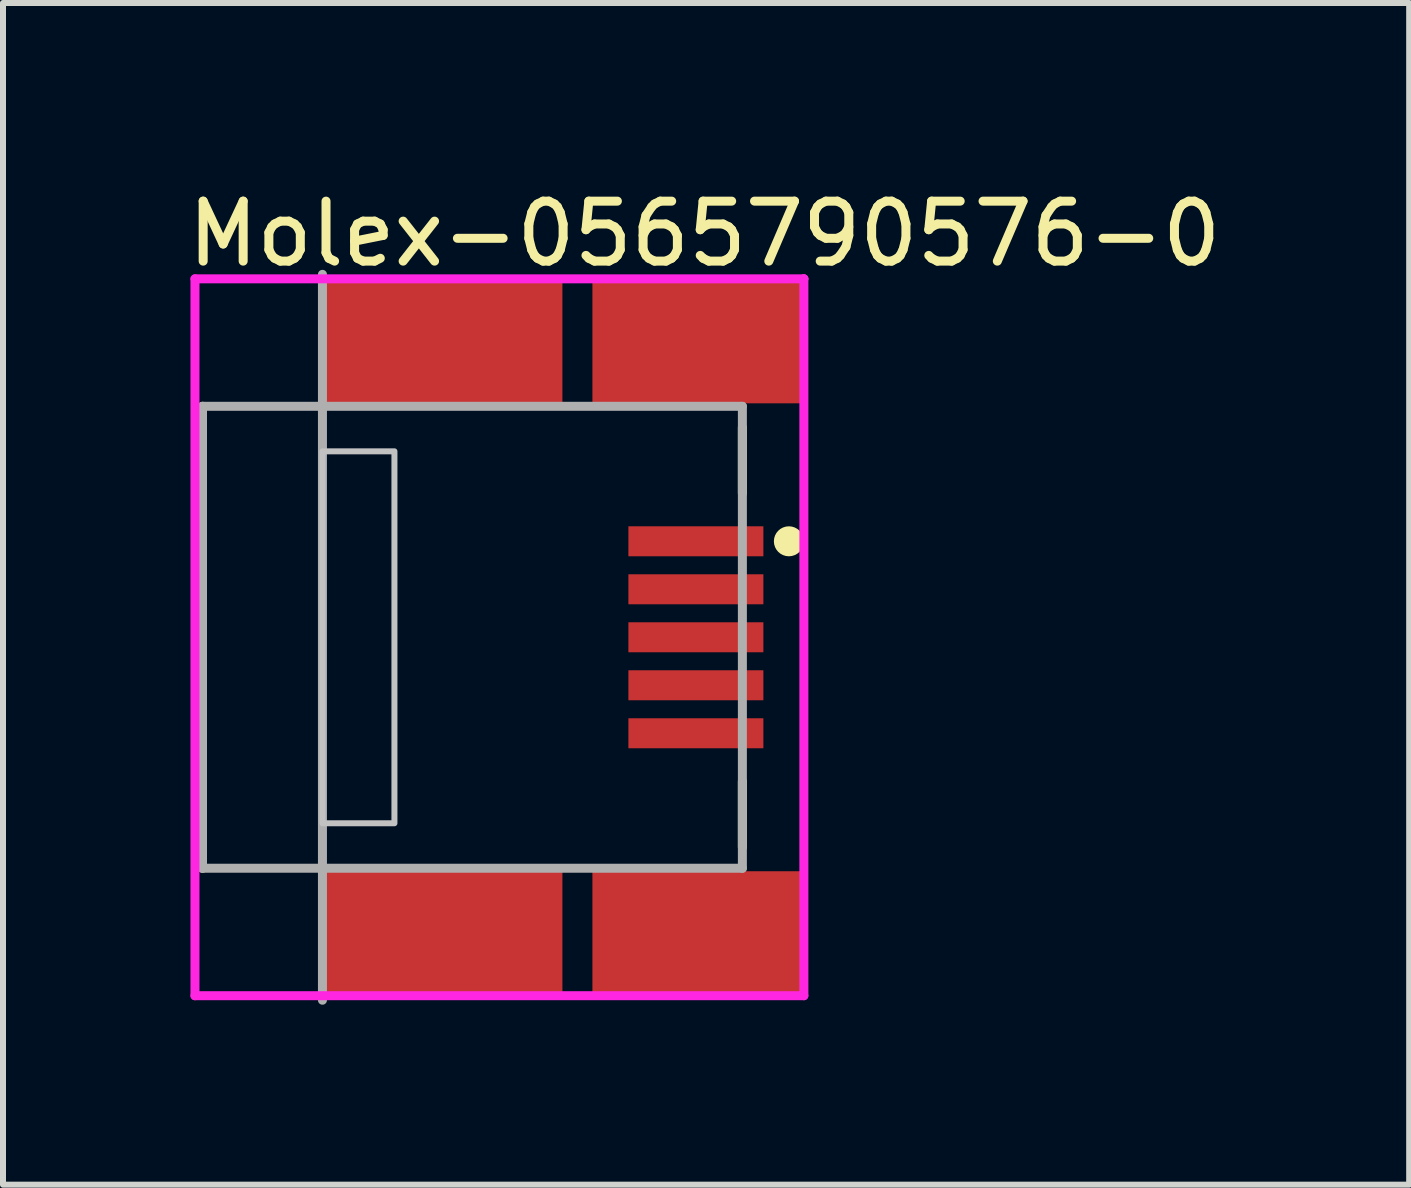
<source format=kicad_pcb>
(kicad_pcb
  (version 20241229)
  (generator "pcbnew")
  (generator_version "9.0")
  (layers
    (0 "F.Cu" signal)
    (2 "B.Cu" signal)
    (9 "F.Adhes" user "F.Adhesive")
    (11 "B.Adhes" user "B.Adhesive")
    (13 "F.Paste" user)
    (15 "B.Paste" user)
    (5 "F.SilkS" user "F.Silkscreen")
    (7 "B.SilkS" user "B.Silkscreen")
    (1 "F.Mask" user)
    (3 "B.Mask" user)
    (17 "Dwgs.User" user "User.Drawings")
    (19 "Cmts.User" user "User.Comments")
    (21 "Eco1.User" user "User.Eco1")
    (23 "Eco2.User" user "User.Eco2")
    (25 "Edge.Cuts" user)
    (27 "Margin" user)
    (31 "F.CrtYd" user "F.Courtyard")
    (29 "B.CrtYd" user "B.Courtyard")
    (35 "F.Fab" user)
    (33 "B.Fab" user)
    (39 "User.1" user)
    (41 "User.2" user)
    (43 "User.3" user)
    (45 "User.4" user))
  (footprint "Molex-0565790576-0"
    (layer "F.Cu")
    (at 4.825 7.573)
    (property "Reference" "Molex-0565790576-0" (at -4.825 -6.725 0) (layer "F.SilkS") (effects (font (size 1 1) (thickness 0.15)) (justify left)))
    (attr through_hole)
    (fp_line (start -4.5 -3.85) (end -4.5 3.85) (stroke (width 0.15) (type solid)) (layer "F.SilkS"))
    (fp_line (start 4.5 -3.5) (end 4.5 -2.4) (stroke (width 0.15) (type solid)) (layer "F.SilkS"))
    (fp_line (start 4.5 3.5) (end 4.5 2.4) (stroke (width 0.15) (type solid)) (layer "F.SilkS"))
    (fp_circle (center 5.275 -1.6) (end 5.4 -1.6) (stroke (width 0.25) (type solid)) (fill no) (layer "F.SilkS"))
    (fp_poly (pts (xy -2.5 -3.1) (xy -1.3 -3.1) (xy -1.3 3.1) (xy -2.5 3.1)) (stroke (width 0.1) (type solid)) (fill no) (layer "Dwgs.User"))
    (fp_line (start -4.625 -5.975) (end -4.625 5.975) (stroke (width 0.15) (type solid)) (layer "F.CrtYd"))
    (fp_line (start -4.625 5.975) (end 5.525 5.975) (stroke (width 0.15) (type solid)) (layer "F.CrtYd"))
    (fp_line (start 5.525 -5.975) (end -4.625 -5.975) (stroke (width 0.15) (type solid)) (layer "F.CrtYd"))
    (fp_line (start 5.525 -5.975) (end 5.525 -5.975) (stroke (width 0.15) (type solid)) (layer "F.CrtYd"))
    (fp_line (start 5.525 5.975) (end 5.525 -5.975) (stroke (width 0.15) (type solid)) (layer "F.CrtYd"))
    (fp_line (start -4.5 -3.85) (end 4.5 -3.85) (stroke (width 0.15) (type solid)) (layer "F.Fab"))
    (fp_line (start -4.5 3.85) (end -4.5 -3.85) (stroke (width 0.15) (type solid)) (layer "F.Fab"))
    (fp_line (start -2.5 -6.05) (end -2.5 6.05) (stroke (width 0.15) (type solid)) (layer "F.Fab"))
    (fp_line (start 4.5 -3.85) (end 4.5 3.85) (stroke (width 0.15) (type solid)) (layer "F.Fab"))
    (fp_line (start 4.5 3.85) (end -4.5 3.85) (stroke (width 0.15) (type solid)) (layer "F.Fab"))
    (pad "1" smd rect (at 3.725 -1.6) (size 2.25 0.5) (layers "F.Cu" "F.Mask" "F.Paste"))
    (pad "2" smd rect (at 3.725 -0.8) (size 2.25 0.5) (layers "F.Cu" "F.Mask" "F.Paste"))
    (pad "3" smd rect (at 3.725 0) (size 2.25 0.5) (layers "F.Cu" "F.Mask" "F.Paste"))
    (pad "4" smd rect (at 3.725 0.8) (size 2.25 0.5) (layers "F.Cu" "F.Mask" "F.Paste"))
    (pad "5" smd rect (at 3.725 1.6) (size 2.25 0.5) (layers "F.Cu" "F.Mask" "F.Paste"))
    (pad "6" smd rect (at -0.5 -4.925) (size 4 2.05) (layers "F.Cu" "F.Mask" "F.Paste"))
    (pad "6" smd rect (at -0.5 4.925) (size 4 2.05) (layers "F.Cu" "F.Mask" "F.Paste"))
    (pad "6" smd rect (at 3.75 -4.925) (size 3.5 2.05) (layers "F.Cu" "F.Mask" "F.Paste"))
    (pad "6" smd rect (at 3.75 4.925) (size 3.5 2.05) (layers "F.Cu" "F.Mask" "F.Paste")))
  (gr_rect
    (start -3 -3)
    (end 20.44 16.698)
    (stroke (width 0.1) (type default))
    (fill no)
    (layer "Edge.Cuts")))
</source>
